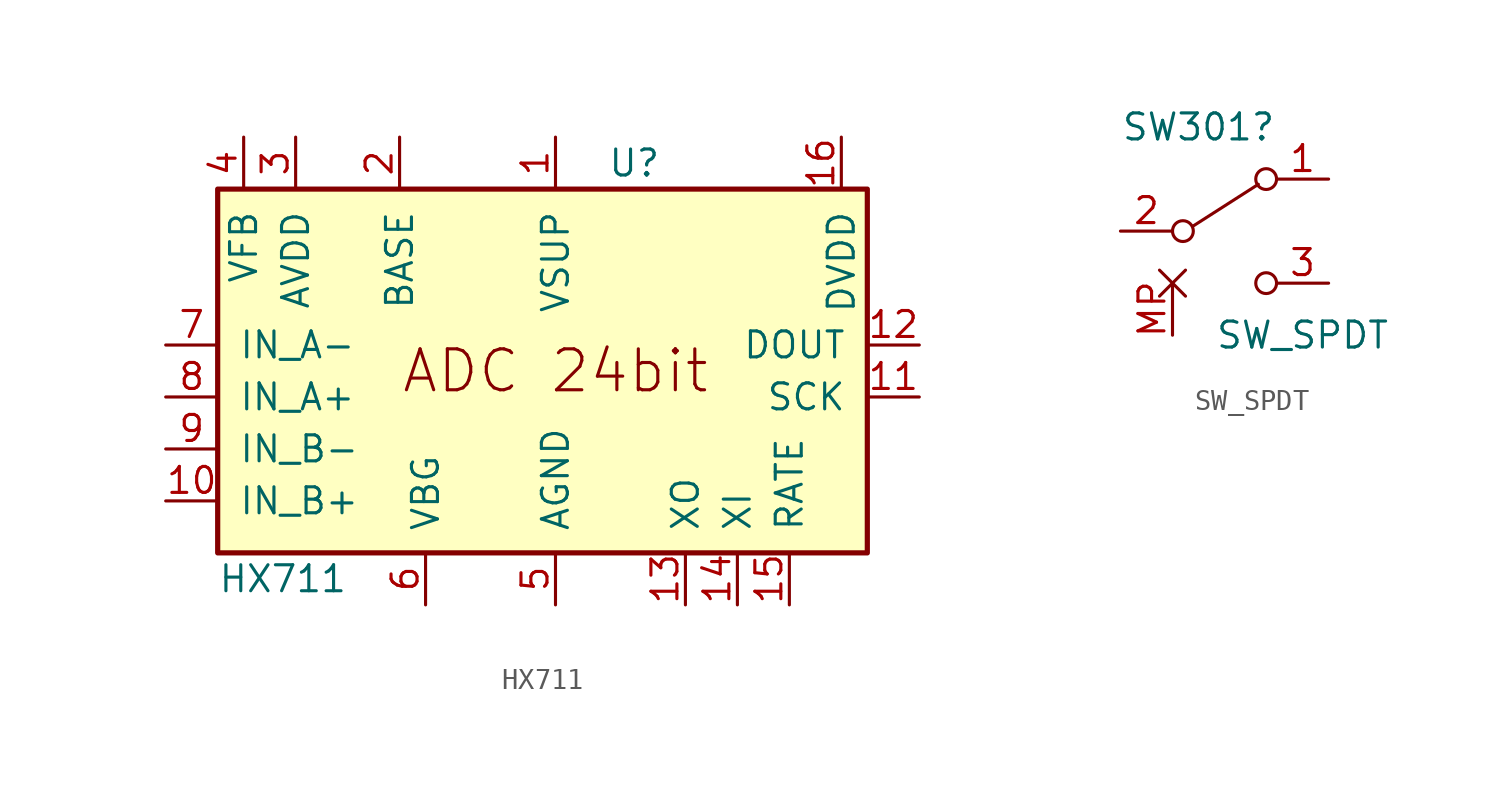
<source format=kicad_sym>
(kicad_symbol_lib
  (version 20211014)
  (generator kicad_symbol_editor)
  (symbol "HX711"
    (pin_names
      (offset 1.016))
    (property "Reference" "U"
      (at 2.54 10.16 0)
      (effects (font (size 1.27 1.27)) (justify left)))
    (property "Value" "HX711"
      (at -16.51 -10.16 0)
      (effects (font (size 1.27 1.27)) (justify left)))
    (symbol "HX711_0_0"
      (text "ADC 24bit" (at 0 0 0) (effects (font (size 2 2)))))
    (symbol "HX711_0_1"
      (rectangle (start -16.51 8.89) (end 15.24 -8.89) (stroke (width 0.254) (type default) (color 0 0 0 0)) (fill (type background))))
    (symbol "HX711_1_1"
      (pin power_in line (at 0 11.43 270) (length 2.54) (name "VSUP" (effects (font (size 1.27 1.27)))) (number "1" (effects (font (size 1.27 1.27)))))
      (pin input line (at -19.05 -6.35 0) (length 2.54) (name "IN_B+" (effects (font (size 1.27 1.27)))) (number "10" (effects (font (size 1.27 1.27)))))
      (pin input line (at 17.78 -1.27 180) (length 2.54) (name "SCK" (effects (font (size 1.27 1.27)))) (number "11" (effects (font (size 1.27 1.27)))))
      (pin output line (at 17.78 1.27 180) (length 2.54) (name "DOUT" (effects (font (size 1.27 1.27)))) (number "12" (effects (font (size 1.27 1.27)))))
      (pin bidirectional line (at 6.35 -11.43 90) (length 2.54) (name "XO" (effects (font (size 1.27 1.27)))) (number "13" (effects (font (size 1.27 1.27)))))
      (pin input line (at 8.89 -11.43 90) (length 2.54) (name "XI" (effects (font (size 1.27 1.27)))) (number "14" (effects (font (size 1.27 1.27)))))
      (pin input line (at 11.43 -11.43 90) (length 2.54) (name "RATE" (effects (font (size 1.27 1.27)))) (number "15" (effects (font (size 1.27 1.27)))))
      (pin power_in line (at 13.97 11.43 270) (length 2.54) (name "DVDD" (effects (font (size 1.27 1.27)))) (number "16" (effects (font (size 1.27 1.27)))))
      (pin output line (at -7.62 11.43 270) (length 2.54) (name "BASE" (effects (font (size 1.27 1.27)))) (number "2" (effects (font (size 1.27 1.27)))))
      (pin power_in line (at -12.7 11.43 270) (length 2.54) (name "AVDD" (effects (font (size 1.27 1.27)))) (number "3" (effects (font (size 1.27 1.27)))))
      (pin input line (at -15.24 11.43 270) (length 2.54) (name "VFB" (effects (font (size 1.27 1.27)))) (number "4" (effects (font (size 1.27 1.27)))))
      (pin power_in line (at 0 -11.43 90) (length 2.54) (name "AGND" (effects (font (size 1.27 1.27)))) (number "5" (effects (font (size 1.27 1.27)))))
      (pin output line (at -6.35 -11.43 90) (length 2.54) (name "VBG" (effects (font (size 1.27 1.27)))) (number "6" (effects (font (size 1.27 1.27)))))
      (pin input line (at -19.05 1.27 0) (length 2.54) (name "IN_A-" (effects (font (size 1.27 1.27)))) (number "7" (effects (font (size 1.27 1.27)))))
      (pin input line (at -19.05 -1.27 0) (length 2.54) (name "IN_A+" (effects (font (size 1.27 1.27)))) (number "8" (effects (font (size 1.27 1.27)))))
      (pin input line (at -19.05 -3.81 0) (length 2.54) (name "IN_B-" (effects (font (size 1.27 1.27)))) (number "9" (effects (font (size 1.27 1.27)))))))
  (symbol "SW_SPDT"
    (pin_names
      (offset 0) hide)
    (property "Reference" "SW301"
      (at -1.27 5.08 0)
      (effects (font (size 1.27 1.27))))
    (property "Value" "SW_SPDT"
      (at 3.81 -5.08 0)
      (effects (font (size 1.27 1.27))))
    (symbol "SW_SPDT_0_0"
      (circle (center -2.032 0) (radius 0.508) (stroke (width 0) (type default) (color 0 0 0 0)) (fill (type none)))
      (circle (center 2.032 -2.54) (radius 0.508) (stroke (width 0) (type default) (color 0 0 0 0)) (fill (type none))))
    (symbol "SW_SPDT_0_1"
      (polyline (pts (xy -1.524 0.254) (xy 1.651 2.286)) (stroke (width 0) (type default) (color 0 0 0 0)) (fill (type none)))
      (circle (center 2.032 2.54) (radius 0.508) (stroke (width 0) (type default) (color 0 0 0 0)) (fill (type none))))
    (symbol "SW_SPDT_1_1"
      (pin passive line (at 5.08 2.54 180) (length 2.54) (name "A" (effects (font (size 1.27 1.27)))) (number "1" (effects (font (size 1.27 1.27)))))
      (pin passive line (at -5.08 0 0) (length 2.54) (name "B" (effects (font (size 1.27 1.27)))) (number "2" (effects (font (size 1.27 1.27)))))
      (pin passive line (at 5.08 -2.54 180) (length 2.54) (name "C" (effects (font (size 1.27 1.27)))) (number "3" (effects (font (size 1.27 1.27)))))
      (pin passive non_logic (at -2.54 -5.08 90) (length 2.54) (name "MP" (effects (font (size 1.27 1.27)))) (number "MP" (effects (font (size 1.27 1.27))))))))
</source>
